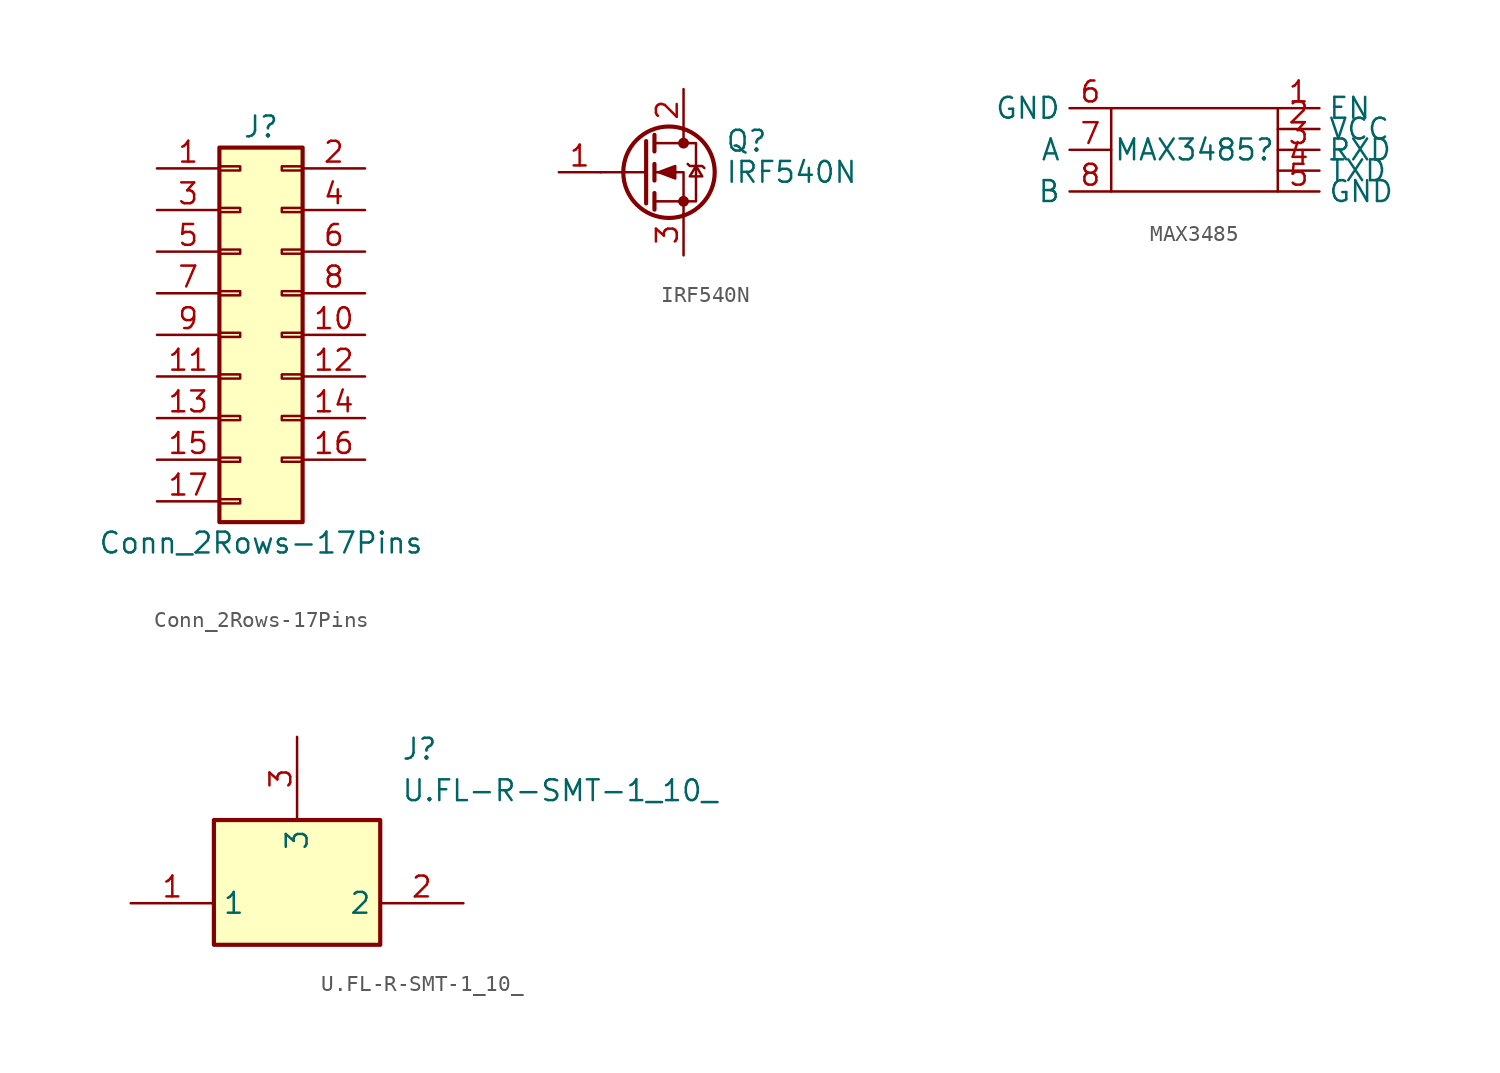
<source format=kicad_sym>
(kicad_symbol_lib
  (version 20231120)
  (generator "kicad_symbol_editor")
  (generator_version "8.0")
  (symbol "Conn_2Rows-17Pins"
    (pin_names
      (offset 1.016) hide)
    (property "Reference" "J"
      (at 1.27 12.7 0)
      (effects (font (size 1.27 1.27))))
    (property "Value" "Conn_2Rows-17Pins"
      (at 1.27 -12.7 0)
      (effects (font (size 1.27 1.27))))
    (symbol "Conn_2Rows-17Pins_1_1"
      (rectangle (start -1.27 -10.033) (end 0 -10.287) (stroke (width 0.152) (type default)) (fill (type none)))
      (rectangle (start -1.27 -7.493) (end 0 -7.747) (stroke (width 0.152) (type default)) (fill (type none)))
      (rectangle (start -1.27 -4.953) (end 0 -5.207) (stroke (width 0.152) (type default)) (fill (type none)))
      (rectangle (start -1.27 -2.413) (end 0 -2.667) (stroke (width 0.152) (type default)) (fill (type none)))
      (rectangle (start -1.27 0.127) (end 0 -0.127) (stroke (width 0.152) (type default)) (fill (type none)))
      (rectangle (start -1.27 2.667) (end 0 2.413) (stroke (width 0.152) (type default)) (fill (type none)))
      (rectangle (start -1.27 5.207) (end 0 4.953) (stroke (width 0.152) (type default)) (fill (type none)))
      (rectangle (start -1.27 7.747) (end 0 7.493) (stroke (width 0.152) (type default)) (fill (type none)))
      (rectangle (start -1.27 10.287) (end 0 10.033) (stroke (width 0.152) (type default)) (fill (type none)))
      (rectangle (start -1.27 11.43) (end 3.81 -11.43) (stroke (width 0.254) (type default)) (fill (type background)))
      (rectangle (start 3.81 -7.493) (end 2.54 -7.747) (stroke (width 0.152) (type default)) (fill (type none)))
      (rectangle (start 3.81 -4.953) (end 2.54 -5.207) (stroke (width 0.152) (type default)) (fill (type none)))
      (rectangle (start 3.81 -2.413) (end 2.54 -2.667) (stroke (width 0.152) (type default)) (fill (type none)))
      (rectangle (start 3.81 0.127) (end 2.54 -0.127) (stroke (width 0.152) (type default)) (fill (type none)))
      (rectangle (start 3.81 2.667) (end 2.54 2.413) (stroke (width 0.152) (type default)) (fill (type none)))
      (rectangle (start 3.81 5.207) (end 2.54 4.953) (stroke (width 0.152) (type default)) (fill (type none)))
      (rectangle (start 3.81 7.747) (end 2.54 7.493) (stroke (width 0.152) (type default)) (fill (type none)))
      (rectangle (start 3.81 10.287) (end 2.54 10.033) (stroke (width 0.152) (type default)) (fill (type none)))
      (pin passive line (at -5.08 10.16 0) (length 3.81) (name "gpio15" (effects (font (size 1.27 1.27)))) (number "1" (effects (font (size 1.27 1.27)))))
      (pin passive line (at 7.62 0 180) (length 3.81) (name "Pin_10" (effects (font (size 1.27 1.27)))) (number "10" (effects (font (size 1.27 1.27)))))
      (pin passive line (at -5.08 -2.54 0) (length 3.81) (name "Pin_11" (effects (font (size 1.27 1.27)))) (number "11" (effects (font (size 1.27 1.27)))))
      (pin passive line (at 7.62 -2.54 180) (length 3.81) (name "Pin_12" (effects (font (size 1.27 1.27)))) (number "12" (effects (font (size 1.27 1.27)))))
      (pin passive line (at -5.08 -5.08 0) (length 3.81) (name "Pin_13" (effects (font (size 1.27 1.27)))) (number "13" (effects (font (size 1.27 1.27)))))
      (pin passive line (at 7.62 -5.08 180) (length 3.81) (name "Pin_14" (effects (font (size 1.27 1.27)))) (number "14" (effects (font (size 1.27 1.27)))))
      (pin passive line (at -5.08 -7.62 0) (length 3.81) (name "Pin_15" (effects (font (size 1.27 1.27)))) (number "15" (effects (font (size 1.27 1.27)))))
      (pin passive line (at 7.62 -7.62 180) (length 3.81) (name "Pin_16" (effects (font (size 1.27 1.27)))) (number "16" (effects (font (size 1.27 1.27)))))
      (pin passive line (at -5.08 -10.16 0) (length 3.81) (name "Pin_17" (effects (font (size 1.27 1.27)))) (number "17" (effects (font (size 1.27 1.27)))))
      (pin passive line (at 7.62 10.16 180) (length 3.81) (name "Pin_2" (effects (font (size 1.27 1.27)))) (number "2" (effects (font (size 1.27 1.27)))))
      (pin passive line (at -5.08 7.62 0) (length 3.81) (name "Pin_3" (effects (font (size 1.27 1.27)))) (number "3" (effects (font (size 1.27 1.27)))))
      (pin passive line (at 7.62 7.62 180) (length 3.81) (name "Pin_4" (effects (font (size 1.27 1.27)))) (number "4" (effects (font (size 1.27 1.27)))))
      (pin passive line (at -5.08 5.08 0) (length 3.81) (name "Pin_5" (effects (font (size 1.27 1.27)))) (number "5" (effects (font (size 1.27 1.27)))))
      (pin passive line (at 7.62 5.08 180) (length 3.81) (name "Pin_6" (effects (font (size 1.27 1.27)))) (number "6" (effects (font (size 1.27 1.27)))))
      (pin passive line (at -5.08 2.54 0) (length 3.81) (name "Pin_7" (effects (font (size 1.27 1.27)))) (number "7" (effects (font (size 1.27 1.27)))))
      (pin passive line (at 7.62 2.54 180) (length 3.81) (name "Pin_8" (effects (font (size 1.27 1.27)))) (number "8" (effects (font (size 1.27 1.27)))))
      (pin passive line (at -5.08 0 0) (length 3.81) (name "Pin_9" (effects (font (size 1.27 1.27)))) (number "9" (effects (font (size 1.27 1.27)))))))
  (symbol "IRF540N"
    (pin_names hide)
    (property "Reference" "Q"
      (at 5.08 1.905 0)
      (effects (font (size 1.27 1.27)) (justify left)))
    (property "Value" "IRF540N"
      (at 5.08 0 0)
      (effects (font (size 1.27 1.27)) (justify left)))
    (symbol "IRF540N_0_1"
      (polyline (pts (xy 0.254 0) (xy -2.54 0)) (stroke (width 0) (type default)) (fill (type none)))
      (polyline (pts (xy 0.254 1.905) (xy 0.254 -1.905)) (stroke (width 0.254) (type default)) (fill (type none)))
      (polyline (pts (xy 0.762 -1.27) (xy 0.762 -2.286)) (stroke (width 0.254) (type default)) (fill (type none)))
      (polyline (pts (xy 0.762 0.508) (xy 0.762 -0.508)) (stroke (width 0.254) (type default)) (fill (type none)))
      (polyline (pts (xy 0.762 2.286) (xy 0.762 1.27)) (stroke (width 0.254) (type default)) (fill (type none)))
      (polyline (pts (xy 2.54 2.54) (xy 2.54 1.778)) (stroke (width 0) (type default)) (fill (type none)))
      (polyline (pts (xy 2.54 -2.54) (xy 2.54 0) (xy 0.762 0)) (stroke (width 0) (type default)) (fill (type none)))
      (polyline (pts (xy 0.762 -1.778) (xy 3.302 -1.778) (xy 3.302 1.778) (xy 0.762 1.778)) (stroke (width 0) (type default)) (fill (type none)))
      (polyline (pts (xy 1.016 0) (xy 2.032 0.381) (xy 2.032 -0.381) (xy 1.016 0)) (stroke (width 0) (type default)) (fill (type outline)))
      (polyline (pts (xy 2.794 0.508) (xy 2.921 0.381) (xy 3.683 0.381) (xy 3.81 0.254)) (stroke (width 0) (type default)) (fill (type none)))
      (polyline (pts (xy 3.302 0.381) (xy 2.921 -0.254) (xy 3.683 -0.254) (xy 3.302 0.381)) (stroke (width 0) (type default)) (fill (type none)))
      (circle (center 1.651 0) (radius 2.794) (stroke (width 0.254) (type default)) (fill (type none)))
      (circle (center 2.54 -1.778) (radius 0.254) (stroke (width 0) (type default)) (fill (type outline)))
      (circle (center 2.54 1.778) (radius 0.254) (stroke (width 0) (type default)) (fill (type outline))))
    (symbol "IRF540N_1_1"
      (pin input line (at -5.08 0 0) (length 2.54) (name "G" (effects (font (size 1.27 1.27)))) (number "1" (effects (font (size 1.27 1.27)))))
      (pin passive line (at 2.54 5.08 270) (length 2.54) (name "D" (effects (font (size 1.27 1.27)))) (number "2" (effects (font (size 1.27 1.27)))))
      (pin passive line (at 2.54 -5.08 90) (length 2.54) (name "S" (effects (font (size 1.27 1.27)))) (number "3" (effects (font (size 1.27 1.27)))))))
  (symbol "MAX3485"
    (property "Reference" "MAX3485"
      (at 0 0 0)
      (effects (font (size 1.27 1.27))))
    (property "Value" ""
      (at 0 0 0)
      (effects (font (size 1.27 1.27))))
    (symbol "MAX3485_0_1"
      (rectangle (start 5.08 -2.54) (end -5.08 2.54) (stroke (width 0) (type default)) (fill (type none))))
    (symbol "MAX3485_1_1"
      (pin input line (at 5.08 2.54 0) (length 2.54) (name "EN" (effects (font (size 1.27 1.27)))) (number "1" (effects (font (size 1.27 1.27)))))
      (pin input line (at 5.08 1.27 0) (length 2.54) (name "VCC" (effects (font (size 1.27 1.27)))) (number "2" (effects (font (size 1.27 1.27)))))
      (pin input line (at 5.08 0 0) (length 2.54) (name "RXD" (effects (font (size 1.27 1.27)))) (number "3" (effects (font (size 1.27 1.27)))))
      (pin input line (at 5.08 -1.27 0) (length 2.54) (name "TXD" (effects (font (size 1.27 1.27)))) (number "4" (effects (font (size 1.27 1.27)))))
      (pin input line (at 5.08 -2.54 0) (length 2.54) (name "GND" (effects (font (size 1.27 1.27)))) (number "5" (effects (font (size 1.27 1.27)))))
      (pin input line (at -5.08 2.54 180) (length 2.54) (name "GND" (effects (font (size 1.27 1.27)))) (number "6" (effects (font (size 1.27 1.27)))))
      (pin input line (at -5.08 0 180) (length 2.54) (name "A" (effects (font (size 1.27 1.27)))) (number "7" (effects (font (size 1.27 1.27)))))
      (pin input line (at -5.08 -2.54 180) (length 2.54) (name "B" (effects (font (size 1.27 1.27)))) (number "8" (effects (font (size 1.27 1.27)))))))
  (symbol "U.FL-R-SMT-1_10_"
    (property "Reference" "J"
      (at 16.51 10.16 0)
      (effects (font (size 1.27 1.27)) (justify left top)))
    (property "Value" "U.FL-R-SMT-1_10_"
      (at 16.51 7.62 0)
      (effects (font (size 1.27 1.27)) (justify left top)))
    (symbol "U.FL-R-SMT-1_10__1_1"
      (rectangle (start 5.08 5.08) (end 15.24 -2.54) (stroke (width 0.254) (type default)) (fill (type background)))
      (pin passive line (at 0 0 0) (length 5.08) (name "1" (effects (font (size 1.27 1.27)))) (number "1" (effects (font (size 1.27 1.27)))))
      (pin passive line (at 20.32 0 180) (length 5.08) (name "2" (effects (font (size 1.27 1.27)))) (number "2" (effects (font (size 1.27 1.27)))))
      (pin passive line (at 10.16 10.16 270) (length 5.08) (name "3" (effects (font (size 1.27 1.27)))) (number "3" (effects (font (size 1.27 1.27))))))))
</source>
